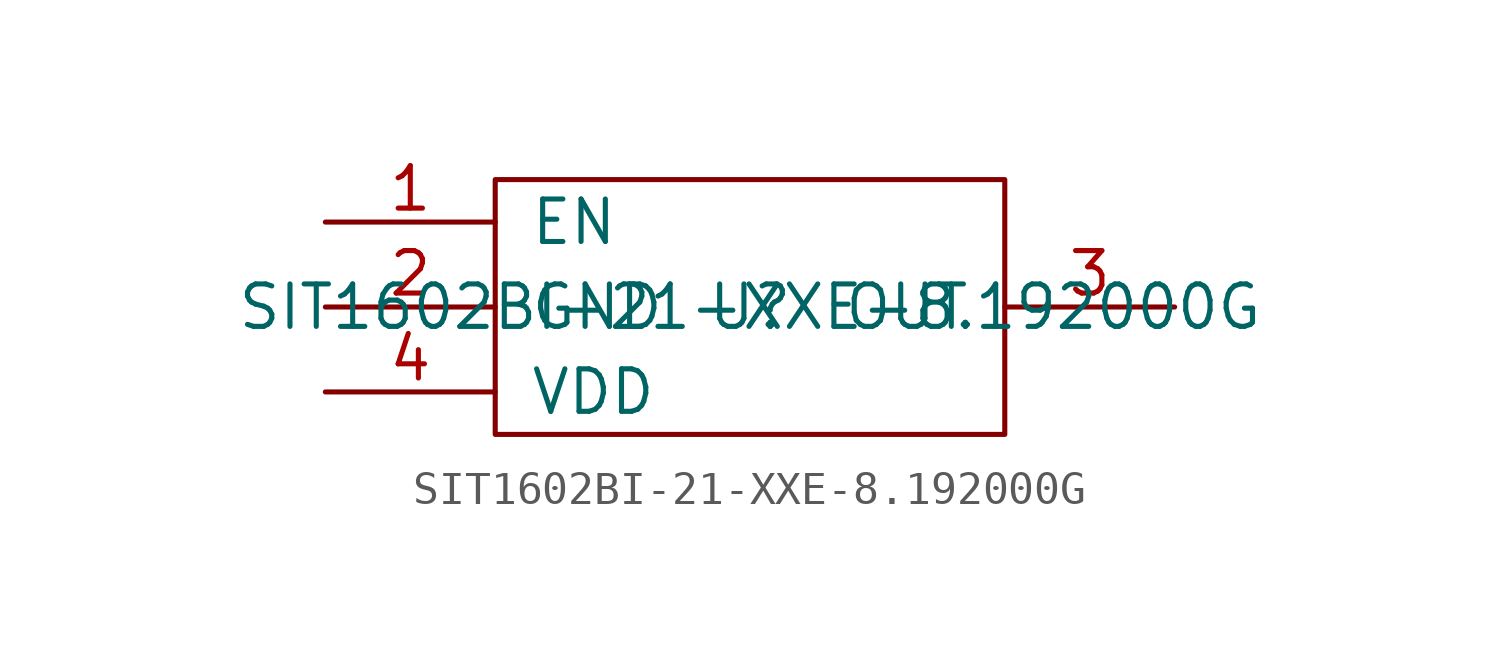
<source format=kicad_sym>
(kicad_symbol_lib
  (version 20211014)
  (generator kicad_symbol_editor)
  (symbol "SIT1602BI-21-XXE-8.192000G"
    (pin_names
      (offset 1.016))
    (property "Reference" "U"
      (at 0 0 0)
      (effects (font (size 1.27 1.27))))
    (property "Value" "SIT1602BI-21-XXE-8.192000G"
      (at 0 0 0)
      (effects (font (size 1.27 1.27))))
    (symbol "SIT1602BI-21-XXE-8.192000G_0_0"
      (pin input line (at -12.7 2.54 0) (length 5.08) (name "EN" (effects (font (size 1.27 1.27)))) (number "1" (effects (font (size 1.27 1.27)))))
      (pin power_in line (at -12.7 0 0) (length 5.08) (name "GND" (effects (font (size 1.27 1.27)))) (number "2" (effects (font (size 1.27 1.27)))))
      (pin output line (at 12.7 0 180) (length 5.08) (name "OUT" (effects (font (size 1.27 1.27)))) (number "3" (effects (font (size 1.27 1.27)))))
      (pin power_in line (at -12.7 -2.54 0) (length 5.08) (name "VDD" (effects (font (size 1.27 1.27)))) (number "4" (effects (font (size 1.27 1.27))))))
    (symbol "SIT1602BI-21-XXE-8.192000G_0_1"
      (rectangle (start -7.62 3.81) (end 7.62 -3.81) (stroke (width 0) (type default) (color 0 0 0 0)) (fill (type none))))))
</source>
